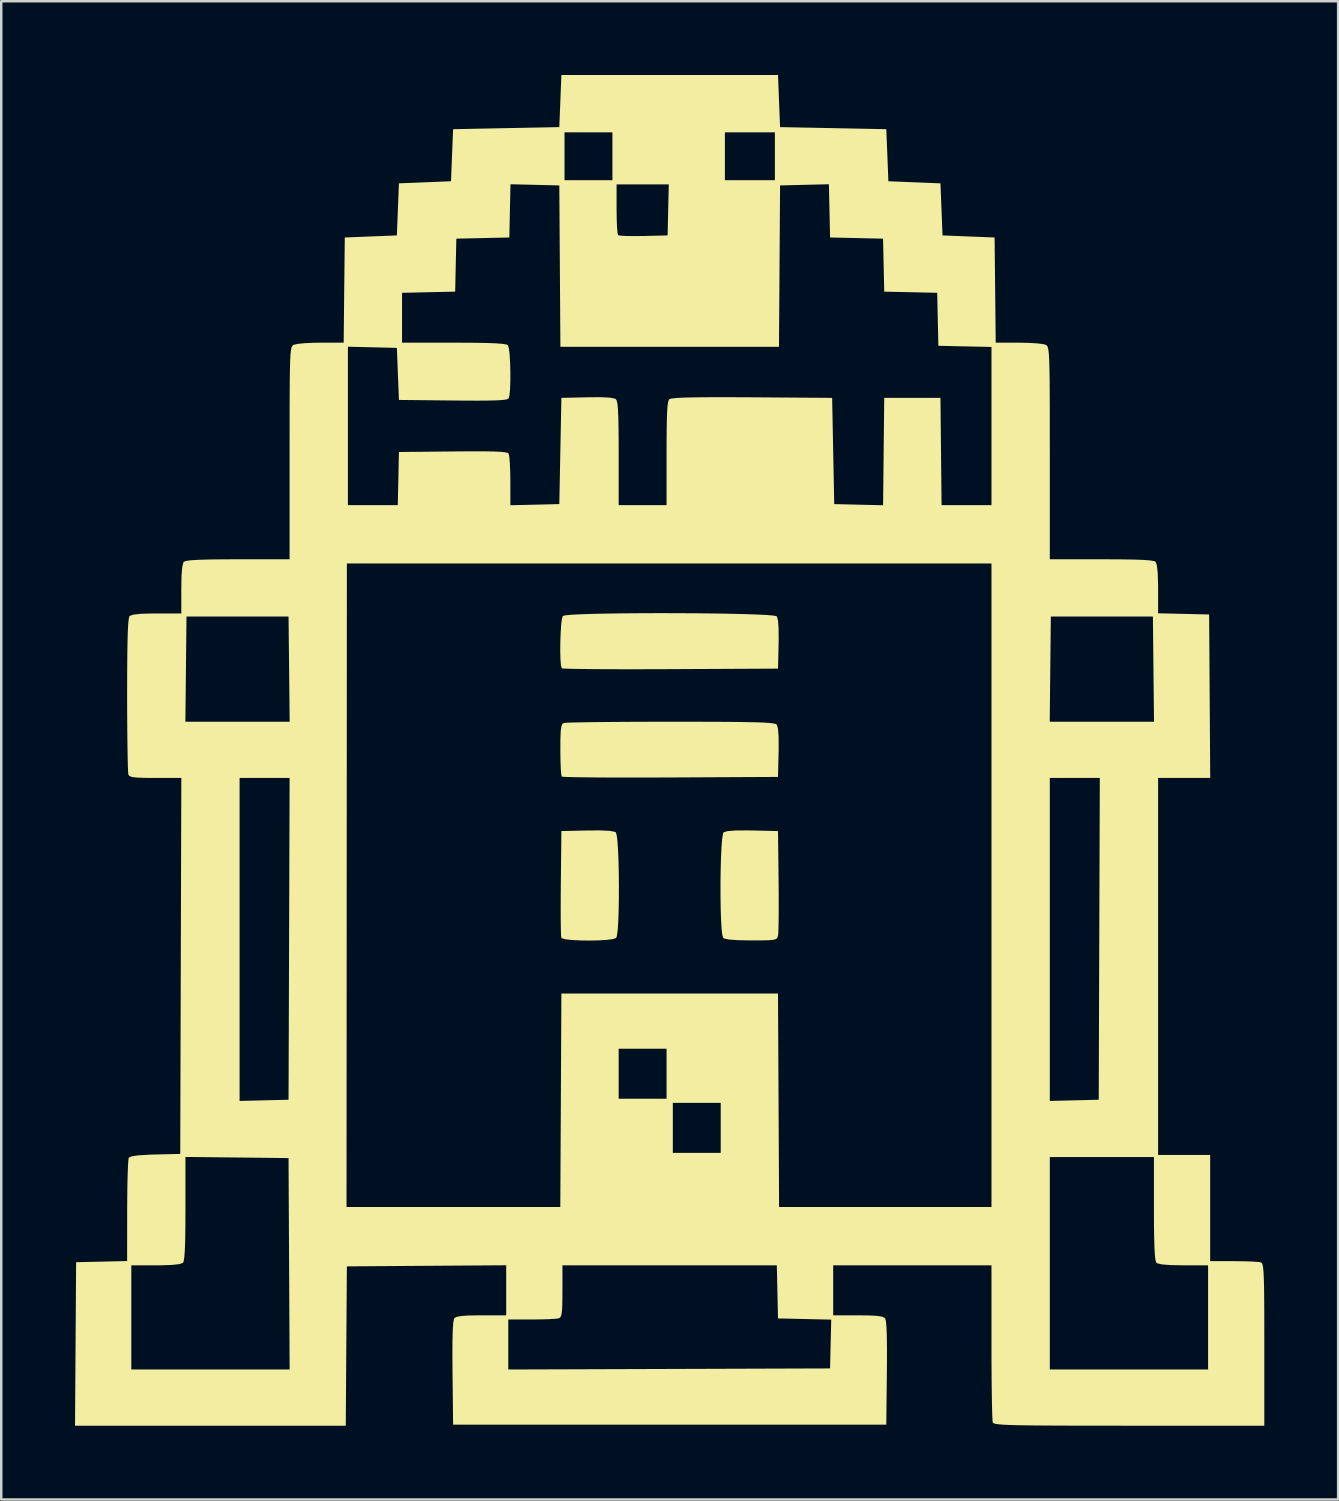
<source format=kicad_pcb>
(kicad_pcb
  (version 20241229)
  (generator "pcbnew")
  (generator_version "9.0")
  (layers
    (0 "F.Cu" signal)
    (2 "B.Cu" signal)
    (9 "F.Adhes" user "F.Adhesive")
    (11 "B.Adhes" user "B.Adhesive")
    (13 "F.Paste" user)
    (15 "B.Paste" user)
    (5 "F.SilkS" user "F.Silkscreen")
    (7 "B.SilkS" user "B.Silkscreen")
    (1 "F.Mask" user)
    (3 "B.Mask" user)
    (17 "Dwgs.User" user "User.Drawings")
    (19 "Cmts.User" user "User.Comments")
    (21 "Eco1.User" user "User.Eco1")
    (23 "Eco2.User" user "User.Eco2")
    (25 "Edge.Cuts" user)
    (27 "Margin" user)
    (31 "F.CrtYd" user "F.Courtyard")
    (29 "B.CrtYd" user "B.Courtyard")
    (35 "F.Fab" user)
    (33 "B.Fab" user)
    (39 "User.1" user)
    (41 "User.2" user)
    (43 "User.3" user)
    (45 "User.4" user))
  (footprint "R2D2"
    (layer "F.Cu")
    (at 24.555 27.644)
    (property "Reference" "R2D2" (at 0 0 0) (layer "F.SilkS") (effects (font (size 1.5 1.5) (thickness 0.3))))
    (attr board_only exclude_from_pos_files exclude_from_bom)
    (fp_poly (pts (xy -2.817 3.081) (xy -2.607 3.122) (xy -2.573 3.14) (xy -2.535 3.254) (xy -2.504 3.508) (xy -2.48 3.874) (xy -2.462 4.322) (xy -2.45 4.825) (xy -2.446 5.353) (xy -2.448 5.877) (xy -2.458 6.369) (xy -2.474 6.8) (xy -2.498 7.141) (xy -2.53 7.364) (xy -2.557 7.434) (xy -2.684 7.48) (xy -2.932 7.513) (xy -3.262 7.533) (xy -3.636 7.541) (xy -4.013 7.536) (xy -4.354 7.519) (xy -4.619 7.489) (xy -4.769 7.447) (xy -4.788 7.428) (xy -4.798 7.317) (xy -4.806 7.06) (xy -4.811 6.683) (xy -4.812 6.209) (xy -4.81 5.663) (xy -4.806 5.205) (xy -4.784 3.09) (xy -3.737 3.066) (xy -3.194 3.063)) (stroke (width 0) (type solid)) (fill yes) (layer "F.SilkS"))
    (fp_poly (pts (xy 2.975 3.066) (xy 4.022 3.09) (xy 4.046 5.122) (xy 4.05 5.702) (xy 4.051 6.234) (xy 4.048 6.691) (xy 4.041 7.047) (xy 4.031 7.277) (xy 4.023 7.345) (xy 3.996 7.424) (xy 3.942 7.478) (xy 3.832 7.511) (xy 3.636 7.528) (xy 3.326 7.534) (xy 2.936 7.535) (xy 2.4 7.526) (xy 2.031 7.5) (xy 1.828 7.455) (xy 1.795 7.434) (xy 1.758 7.314) (xy 1.729 7.055) (xy 1.707 6.685) (xy 1.692 6.234) (xy 1.685 5.73) (xy 1.684 5.202) (xy 1.691 4.678) (xy 1.704 4.188) (xy 1.724 3.76) (xy 1.75 3.423) (xy 1.784 3.206) (xy 1.811 3.14) (xy 1.964 3.093) (xy 2.284 3.067) (xy 2.77 3.063)) (stroke (width 0) (type solid)) (fill yes) (layer "F.SilkS"))
    (fp_poly (pts (xy -0.036 -5.767) (xy 0.703 -5.763) (xy 1.414 -5.755) (xy 2.076 -5.744) (xy 2.67 -5.73) (xy 3.176 -5.713) (xy 3.574 -5.693) (xy 3.844 -5.669) (xy 3.968 -5.643) (xy 3.972 -5.639) (xy 4.02 -5.484) (xy 4.046 -5.161) (xy 4.049 -4.672) (xy 4.046 -4.518) (xy 4.022 -3.514) (xy -0.345 -3.492) (xy -1.189 -3.489) (xy -1.982 -3.488) (xy -2.707 -3.489) (xy -3.348 -3.492) (xy -3.89 -3.498) (xy -4.316 -3.505) (xy -4.61 -3.513) (xy -4.756 -3.523) (xy -4.769 -3.527) (xy -4.801 -3.644) (xy -4.821 -3.887) (xy -4.83 -4.215) (xy -4.827 -4.586) (xy -4.814 -4.957) (xy -4.793 -5.287) (xy -4.763 -5.534) (xy -4.725 -5.655) (xy -4.724 -5.656) (xy -4.615 -5.682) (xy -4.357 -5.705) (xy -3.969 -5.724) (xy -3.472 -5.74) (xy -2.886 -5.752) (xy -2.229 -5.761) (xy -1.522 -5.766) (xy -0.784 -5.769)) (stroke (width 0) (type solid)) (fill yes) (layer "F.SilkS"))
    (fp_poly (pts (xy 0.636 -1.354) (xy 1.458 -1.352) (xy 2.136 -1.348) (xy 2.684 -1.341) (xy 3.116 -1.332) (xy 3.443 -1.32) (xy 3.68 -1.304) (xy 3.838 -1.285) (xy 3.932 -1.262) (xy 3.972 -1.237) (xy 4.02 -1.081) (xy 4.046 -0.758) (xy 4.049 -0.269) (xy 4.046 -0.115) (xy 4.022 0.889) (xy -0.345 0.911) (xy -1.189 0.914) (xy -1.982 0.915) (xy -2.707 0.914) (xy -3.348 0.91) (xy -3.89 0.905) (xy -4.316 0.898) (xy -4.61 0.889) (xy -4.756 0.879) (xy -4.769 0.876) (xy -4.791 0.773) (xy -4.809 0.537) (xy -4.821 0.2) (xy -4.826 -0.201) (xy -4.826 -0.217) (xy -4.823 -0.663) (xy -4.811 -0.967) (xy -4.786 -1.157) (xy -4.747 -1.26) (xy -4.692 -1.303) (xy -4.583 -1.313) (xy -4.322 -1.323) (xy -3.924 -1.331) (xy -3.408 -1.339) (xy -2.789 -1.345) (xy -2.085 -1.35) (xy -1.312 -1.353) (xy -0.486 -1.355) (xy -0.342 -1.355)) (stroke (width 0) (type solid)) (fill yes) (layer "F.SilkS"))
    (fp_poly (pts (xy 4.064 -26.585) (xy 4.106 -25.527) (xy 6.265 -25.485) (xy 8.424 -25.442) (xy 8.467 -24.384) (xy 8.509 -23.326) (xy 9.567 -23.283) (xy 10.626 -23.241) (xy 10.668 -22.183) (xy 10.71 -21.124) (xy 11.769 -21.082) (xy 12.827 -21.04) (xy 12.85 -18.902) (xy 12.872 -16.764) (xy 13.808 -16.764) (xy 14.204 -16.756) (xy 14.55 -16.736) (xy 14.802 -16.705) (xy 14.907 -16.676) (xy 14.944 -16.652) (xy 14.974 -16.611) (xy 15 -16.54) (xy 15.02 -16.424) (xy 15.036 -16.251) (xy 15.048 -16.006) (xy 15.057 -15.674) (xy 15.064 -15.243) (xy 15.067 -14.698) (xy 15.07 -14.024) (xy 15.07 -13.209) (xy 15.071 -12.274) (xy 15.071 -7.959) (xy 17.17 -7.959) (xy 17.89 -7.956) (xy 18.452 -7.948) (xy 18.87 -7.933) (xy 19.155 -7.911) (xy 19.321 -7.882) (xy 19.372 -7.857) (xy 19.424 -7.711) (xy 19.458 -7.398) (xy 19.473 -6.92) (xy 19.473 -6.759) (xy 19.473 -5.763) (xy 20.511 -5.739) (xy 21.548 -5.715) (xy 21.57 -2.392) (xy 21.592 0.931) (xy 20.533 0.931) (xy 19.473 0.931) (xy 19.473 8.594) (xy 19.473 16.256) (xy 20.532 16.256) (xy 21.59 16.256) (xy 21.59 18.415) (xy 21.59 20.574) (xy 22.557 20.574) (xy 22.955 20.578) (xy 23.299 20.59) (xy 23.549 20.607) (xy 23.657 20.625) (xy 23.692 20.653) (xy 23.72 20.718) (xy 23.742 20.837) (xy 23.759 21.023) (xy 23.772 21.293) (xy 23.781 21.663) (xy 23.787 22.148) (xy 23.79 22.763) (xy 23.791 23.524) (xy 23.791 23.97) (xy 23.791 27.263) (xy 18.297 27.263) (xy 17.19 27.262) (xy 16.24 27.261) (xy 15.436 27.259) (xy 14.765 27.255) (xy 14.215 27.25) (xy 13.775 27.243) (xy 13.432 27.233) (xy 13.174 27.221) (xy 12.99 27.206) (xy 12.867 27.188) (xy 12.794 27.166) (xy 12.758 27.141) (xy 12.751 27.129) (xy 12.74 27.016) (xy 12.729 26.753) (xy 12.719 26.361) (xy 12.711 25.859) (xy 12.705 25.266) (xy 12.701 24.603) (xy 12.7 23.888) (xy 12.7 23.869) (xy 12.7 20.743) (xy 9.483 20.743) (xy 6.265 20.743) (xy 6.265 21.759) (xy 6.265 22.775) (xy 7.271 22.775) (xy 7.741 22.781) (xy 8.066 22.8) (xy 8.267 22.834) (xy 8.369 22.887) (xy 8.373 22.892) (xy 8.406 22.998) (xy 8.43 23.231) (xy 8.445 23.602) (xy 8.452 24.119) (xy 8.45 24.792) (xy 8.447 25.114) (xy 8.424 27.22) (xy -0.381 27.22) (xy -9.186 27.22) (xy -9.209 25.114) (xy -9.21 24.978) (xy -6.943 24.978) (xy -0.402 24.956) (xy 6.138 24.934) (xy 6.162 23.942) (xy 6.186 22.95) (xy 5.104 22.926) (xy 4.022 22.902) (xy 3.998 21.823) (xy 3.974 20.743) (xy -0.384 20.743) (xy -4.741 20.743) (xy -4.741 21.793) (xy -4.745 22.242) (xy -4.756 22.549) (xy -4.78 22.742) (xy -4.819 22.848) (xy -4.875 22.893) (xy -5.01 22.914) (xy -5.275 22.931) (xy -5.629 22.941) (xy -5.976 22.945) (xy -6.943 22.945) (xy -6.943 23.961) (xy -6.943 24.978) (xy -9.21 24.978) (xy -9.214 24.375) (xy -9.211 23.795) (xy -9.199 23.366) (xy -9.179 23.077) (xy -9.15 22.92) (xy -9.135 22.892) (xy -9.041 22.838) (xy -8.848 22.802) (xy -8.535 22.782) (xy -8.077 22.775) (xy -8.033 22.775) (xy -7.027 22.775) (xy -7.027 21.758) (xy -7.027 20.741) (xy -10.266 20.763) (xy -13.504 20.786) (xy -13.527 24.024) (xy -13.549 27.263) (xy -19.052 27.263) (xy -24.555 27.263) (xy -24.54 24.977) (xy -22.267 24.977) (xy -19.049 24.977) (xy -15.831 24.977) (xy -15.853 20.68) (xy -15.865 18.373) (xy -13.518 18.373) (xy -9.173 18.373) (xy -4.828 18.373) (xy -4.806 14.139) (xy -0.254 14.139) (xy -0.254 15.155) (xy -0.254 16.171) (xy 0.72 16.171) (xy 1.693 16.171) (xy 1.693 15.155) (xy 1.693 14.139) (xy 0.72 14.139) (xy -0.254 14.139) (xy -4.806 14.139) (xy -4.806 14.034) (xy -4.795 11.938) (xy -2.455 11.938) (xy -2.455 12.954) (xy -2.455 13.97) (xy -1.482 13.97) (xy -0.508 13.97) (xy -0.508 12.954) (xy -0.508 11.938) (xy -1.482 11.938) (xy -2.455 11.938) (xy -4.795 11.938) (xy -4.784 9.694) (xy -0.381 9.694) (xy 4.022 9.694) (xy 4.044 14.034) (xy 4.066 18.373) (xy 8.383 18.373) (xy 12.7 18.373) (xy 12.7 16.341) (xy 15.071 16.341) (xy 15.071 20.659) (xy 15.071 24.977) (xy 18.288 24.977) (xy 21.505 24.977) (xy 21.505 22.86) (xy 21.505 20.743) (xy 20.506 20.743) (xy 19.981 20.734) (xy 19.622 20.705) (xy 19.429 20.658) (xy 19.406 20.642) (xy 19.371 20.551) (xy 19.344 20.35) (xy 19.325 20.024) (xy 19.312 19.563) (xy 19.305 18.953) (xy 19.304 18.44) (xy 19.304 16.341) (xy 17.187 16.341) (xy 15.071 16.341) (xy 12.7 16.341) (xy 12.7 5.292) (xy 12.7 0.931) (xy 15.071 0.931) (xy 15.071 7.496) (xy 15.071 14.06) (xy 16.066 14.036) (xy 17.06 14.012) (xy 17.082 7.472) (xy 17.104 0.931) (xy 16.087 0.931) (xy 15.071 0.931) (xy 12.7 0.931) (xy 12.7 -1.355) (xy 15.068 -1.355) (xy 17.187 -1.355) (xy 19.307 -1.355) (xy 19.284 -3.493) (xy 19.262 -5.63) (xy 17.187 -5.63) (xy 15.113 -5.63) (xy 15.09 -3.493) (xy 15.068 -1.355) (xy 12.7 -1.355) (xy 12.7 -7.789) (xy -0.402 -7.789) (xy -13.504 -7.789) (xy -13.511 5.292) (xy -13.518 18.373) (xy -15.865 18.373) (xy -15.875 16.383) (xy -17.971 16.36) (xy -20.066 16.338) (xy -20.066 18.439) (xy -20.069 19.158) (xy -20.077 19.721) (xy -20.092 20.139) (xy -20.114 20.425) (xy -20.143 20.591) (xy -20.168 20.642) (xy -20.313 20.694) (xy -20.626 20.728) (xy -21.106 20.743) (xy -21.268 20.743) (xy -22.267 20.743) (xy -22.267 22.86) (xy -22.267 24.977) (xy -24.54 24.977) (xy -24.533 23.939) (xy -24.511 20.616) (xy -23.474 20.593) (xy -22.437 20.569) (xy -22.435 18.518) (xy -22.432 17.942) (xy -22.425 17.42) (xy -22.413 16.976) (xy -22.398 16.636) (xy -22.381 16.424) (xy -22.369 16.365) (xy -22.249 16.311) (xy -21.966 16.271) (xy -21.517 16.244) (xy -21.29 16.238) (xy -20.278 16.214) (xy -20.256 8.572) (xy -20.234 0.931) (xy -17.865 0.931) (xy -17.865 7.496) (xy -17.865 14.06) (xy -16.87 14.036) (xy -15.875 14.012) (xy -15.853 7.472) (xy -15.832 0.931) (xy -16.848 0.931) (xy -17.865 0.931) (xy -20.234 0.931) (xy -21.284 0.931) (xy -21.733 0.928) (xy -22.041 0.916) (xy -22.234 0.893) (xy -22.34 0.854) (xy -22.385 0.797) (xy -22.397 0.685) (xy -22.408 0.422) (xy -22.417 0.03) (xy -22.425 -0.472) (xy -22.431 -1.065) (xy -22.433 -1.355) (xy -20.069 -1.355) (xy -17.949 -1.355) (xy -15.83 -1.355) (xy -15.852 -3.493) (xy -15.875 -5.63) (xy -17.949 -5.63) (xy -20.024 -5.63) (xy -20.046 -3.493) (xy -20.069 -1.355) (xy -22.433 -1.355) (xy -22.435 -1.727) (xy -22.437 -2.44) (xy -22.437 -2.445) (xy -22.435 -3.319) (xy -22.43 -4.035) (xy -22.421 -4.604) (xy -22.409 -5.039) (xy -22.391 -5.349) (xy -22.369 -5.548) (xy -22.342 -5.646) (xy -22.335 -5.656) (xy -22.189 -5.708) (xy -21.876 -5.742) (xy -21.397 -5.757) (xy -21.234 -5.757) (xy -20.235 -5.757) (xy -20.235 -6.756) (xy -20.226 -7.282) (xy -20.197 -7.641) (xy -20.15 -7.833) (xy -20.134 -7.857) (xy -20.043 -7.892) (xy -19.842 -7.919) (xy -19.516 -7.938) (xy -19.055 -7.951) (xy -18.445 -7.957) (xy -17.932 -7.959) (xy -15.833 -7.959) (xy -15.833 -10.16) (xy -13.462 -10.16) (xy -12.449 -10.16) (xy -11.435 -10.16) (xy -11.411 -11.239) (xy -11.388 -12.319) (xy -9.192 -12.342) (xy -8.489 -12.347) (xy -7.938 -12.347) (xy -7.525 -12.34) (xy -7.233 -12.326) (xy -7.047 -12.304) (xy -6.949 -12.275) (xy -6.929 -12.257) (xy -6.902 -12.134) (xy -6.88 -11.879) (xy -6.865 -11.531) (xy -6.859 -11.152) (xy -6.858 -10.155) (xy -5.863 -10.178) (xy -4.868 -10.202) (xy -4.826 -12.361) (xy -4.784 -14.52) (xy -3.737 -14.544) (xy -3.194 -14.548) (xy -2.817 -14.529) (xy -2.607 -14.489) (xy -2.573 -14.47) (xy -2.535 -14.409) (xy -2.506 -14.281) (xy -2.485 -14.071) (xy -2.47 -13.758) (xy -2.461 -13.326) (xy -2.456 -12.755) (xy -2.455 -12.266) (xy -2.455 -10.16) (xy -1.482 -10.16) (xy -0.508 -10.16) (xy -0.508 -12.266) (xy -0.506 -12.947) (xy -0.5 -13.476) (xy -0.489 -13.872) (xy -0.472 -14.153) (xy -0.448 -14.335) (xy -0.416 -14.438) (xy -0.392 -14.469) (xy -0.301 -14.495) (xy -0.094 -14.516) (xy 0.238 -14.532) (xy 0.704 -14.542) (xy 1.313 -14.547) (xy 2.073 -14.547) (xy 2.973 -14.543) (xy 6.223 -14.52) (xy 6.265 -12.361) (xy 6.308 -10.202) (xy 7.301 -10.178) (xy 8.294 -10.155) (xy 8.317 -12.337) (xy 8.34 -14.52) (xy 9.483 -14.52) (xy 10.626 -14.52) (xy 10.648 -12.34) (xy 10.671 -10.16) (xy 11.685 -10.16) (xy 12.7 -10.16) (xy 12.7 -13.375) (xy 12.7 -16.59) (xy 11.62 -16.613) (xy 10.541 -16.637) (xy 10.517 -17.714) (xy 10.494 -18.791) (xy 9.417 -18.815) (xy 8.34 -18.838) (xy 8.316 -19.915) (xy 8.292 -20.992) (xy 7.215 -21.016) (xy 6.138 -21.04) (xy 6.115 -22.122) (xy 6.091 -23.204) (xy 5.099 -23.18) (xy 4.106 -23.156) (xy 4.084 -19.875) (xy 4.062 -16.595) (xy -0.381 -16.595) (xy -4.824 -16.595) (xy -4.846 -19.875) (xy -4.868 -23.156) (xy -5.861 -23.18) (xy -6.631 -23.199) (xy -2.54 -23.199) (xy -2.54 -22.197) (xy -2.535 -21.8) (xy -2.522 -21.468) (xy -2.503 -21.234) (xy -2.481 -21.136) (xy -2.378 -21.115) (xy -2.141 -21.101) (xy -1.807 -21.096) (xy -1.444 -21.101) (xy -0.466 -21.124) (xy -0.442 -22.162) (xy -0.418 -23.199) (xy -1.479 -23.199) (xy -2.54 -23.199) (xy -6.631 -23.199) (xy -6.853 -23.204) (xy -6.877 -22.122) (xy -6.9 -21.04) (xy -7.977 -21.016) (xy -9.054 -20.992) (xy -9.078 -19.915) (xy -9.102 -18.838) (xy -10.181 -18.815) (xy -11.261 -18.791) (xy -11.261 -17.777) (xy -11.261 -16.764) (xy -9.161 -16.764) (xy -8.442 -16.761) (xy -7.879 -16.753) (xy -7.462 -16.738) (xy -7.176 -16.716) (xy -7.01 -16.687) (xy -6.96 -16.662) (xy -6.92 -16.541) (xy -6.889 -16.292) (xy -6.869 -15.958) (xy -6.858 -15.582) (xy -6.859 -15.205) (xy -6.871 -14.869) (xy -6.896 -14.618) (xy -6.929 -14.498) (xy -6.988 -14.464) (xy -7.129 -14.438) (xy -7.367 -14.421) (xy -7.719 -14.411) (xy -8.2 -14.407) (xy -8.826 -14.41) (xy -9.192 -14.413) (xy -11.388 -14.436) (xy -11.43 -15.494) (xy -11.472 -16.552) (xy -12.467 -16.576) (xy -13.462 -16.6) (xy -13.462 -13.38) (xy -13.462 -10.16) (xy -15.833 -10.16) (xy -15.833 -12.274) (xy -15.832 -13.239) (xy -15.832 -14.049) (xy -15.829 -14.718) (xy -15.825 -15.259) (xy -15.819 -15.687) (xy -15.81 -16.015) (xy -15.798 -16.258) (xy -15.781 -16.429) (xy -15.761 -16.543) (xy -15.735 -16.612) (xy -15.704 -16.653) (xy -15.669 -16.676) (xy -15.52 -16.712) (xy -15.244 -16.741) (xy -14.884 -16.759) (xy -14.57 -16.764) (xy -13.634 -16.764) (xy -13.612 -18.902) (xy -13.589 -21.04) (xy -12.531 -21.082) (xy -11.472 -21.124) (xy -11.43 -22.183) (xy -11.388 -23.241) (xy -10.329 -23.283) (xy -9.271 -23.326) (xy -9.229 -24.384) (xy -9.191 -25.315) (xy -4.657 -25.315) (xy -4.657 -24.342) (xy -4.657 -23.368) (xy -3.683 -23.368) (xy -2.709 -23.368) (xy -2.709 -24.342) (xy -2.709 -25.315) (xy 1.863 -25.315) (xy 1.863 -24.342) (xy 1.863 -23.368) (xy 2.879 -23.368) (xy 3.895 -23.368) (xy 3.895 -24.342) (xy 3.895 -25.315) (xy 2.879 -25.315) (xy 1.863 -25.315) (xy -2.709 -25.315) (xy -3.683 -25.315) (xy -4.657 -25.315) (xy -9.191 -25.315) (xy -9.186 -25.442) (xy -7.027 -25.485) (xy -4.868 -25.527) (xy -4.826 -26.585) (xy -4.784 -27.644) (xy -0.381 -27.644) (xy 4.022 -27.644)) (stroke (width 0) (type solid)) (fill yes) (layer "F.SilkS")))
  (gr_rect
    (start -3 -3)
    (end 51.347 57.906)
    (stroke (width 0.1) (type default))
    (fill no)
    (layer "Edge.Cuts")))
</source>
